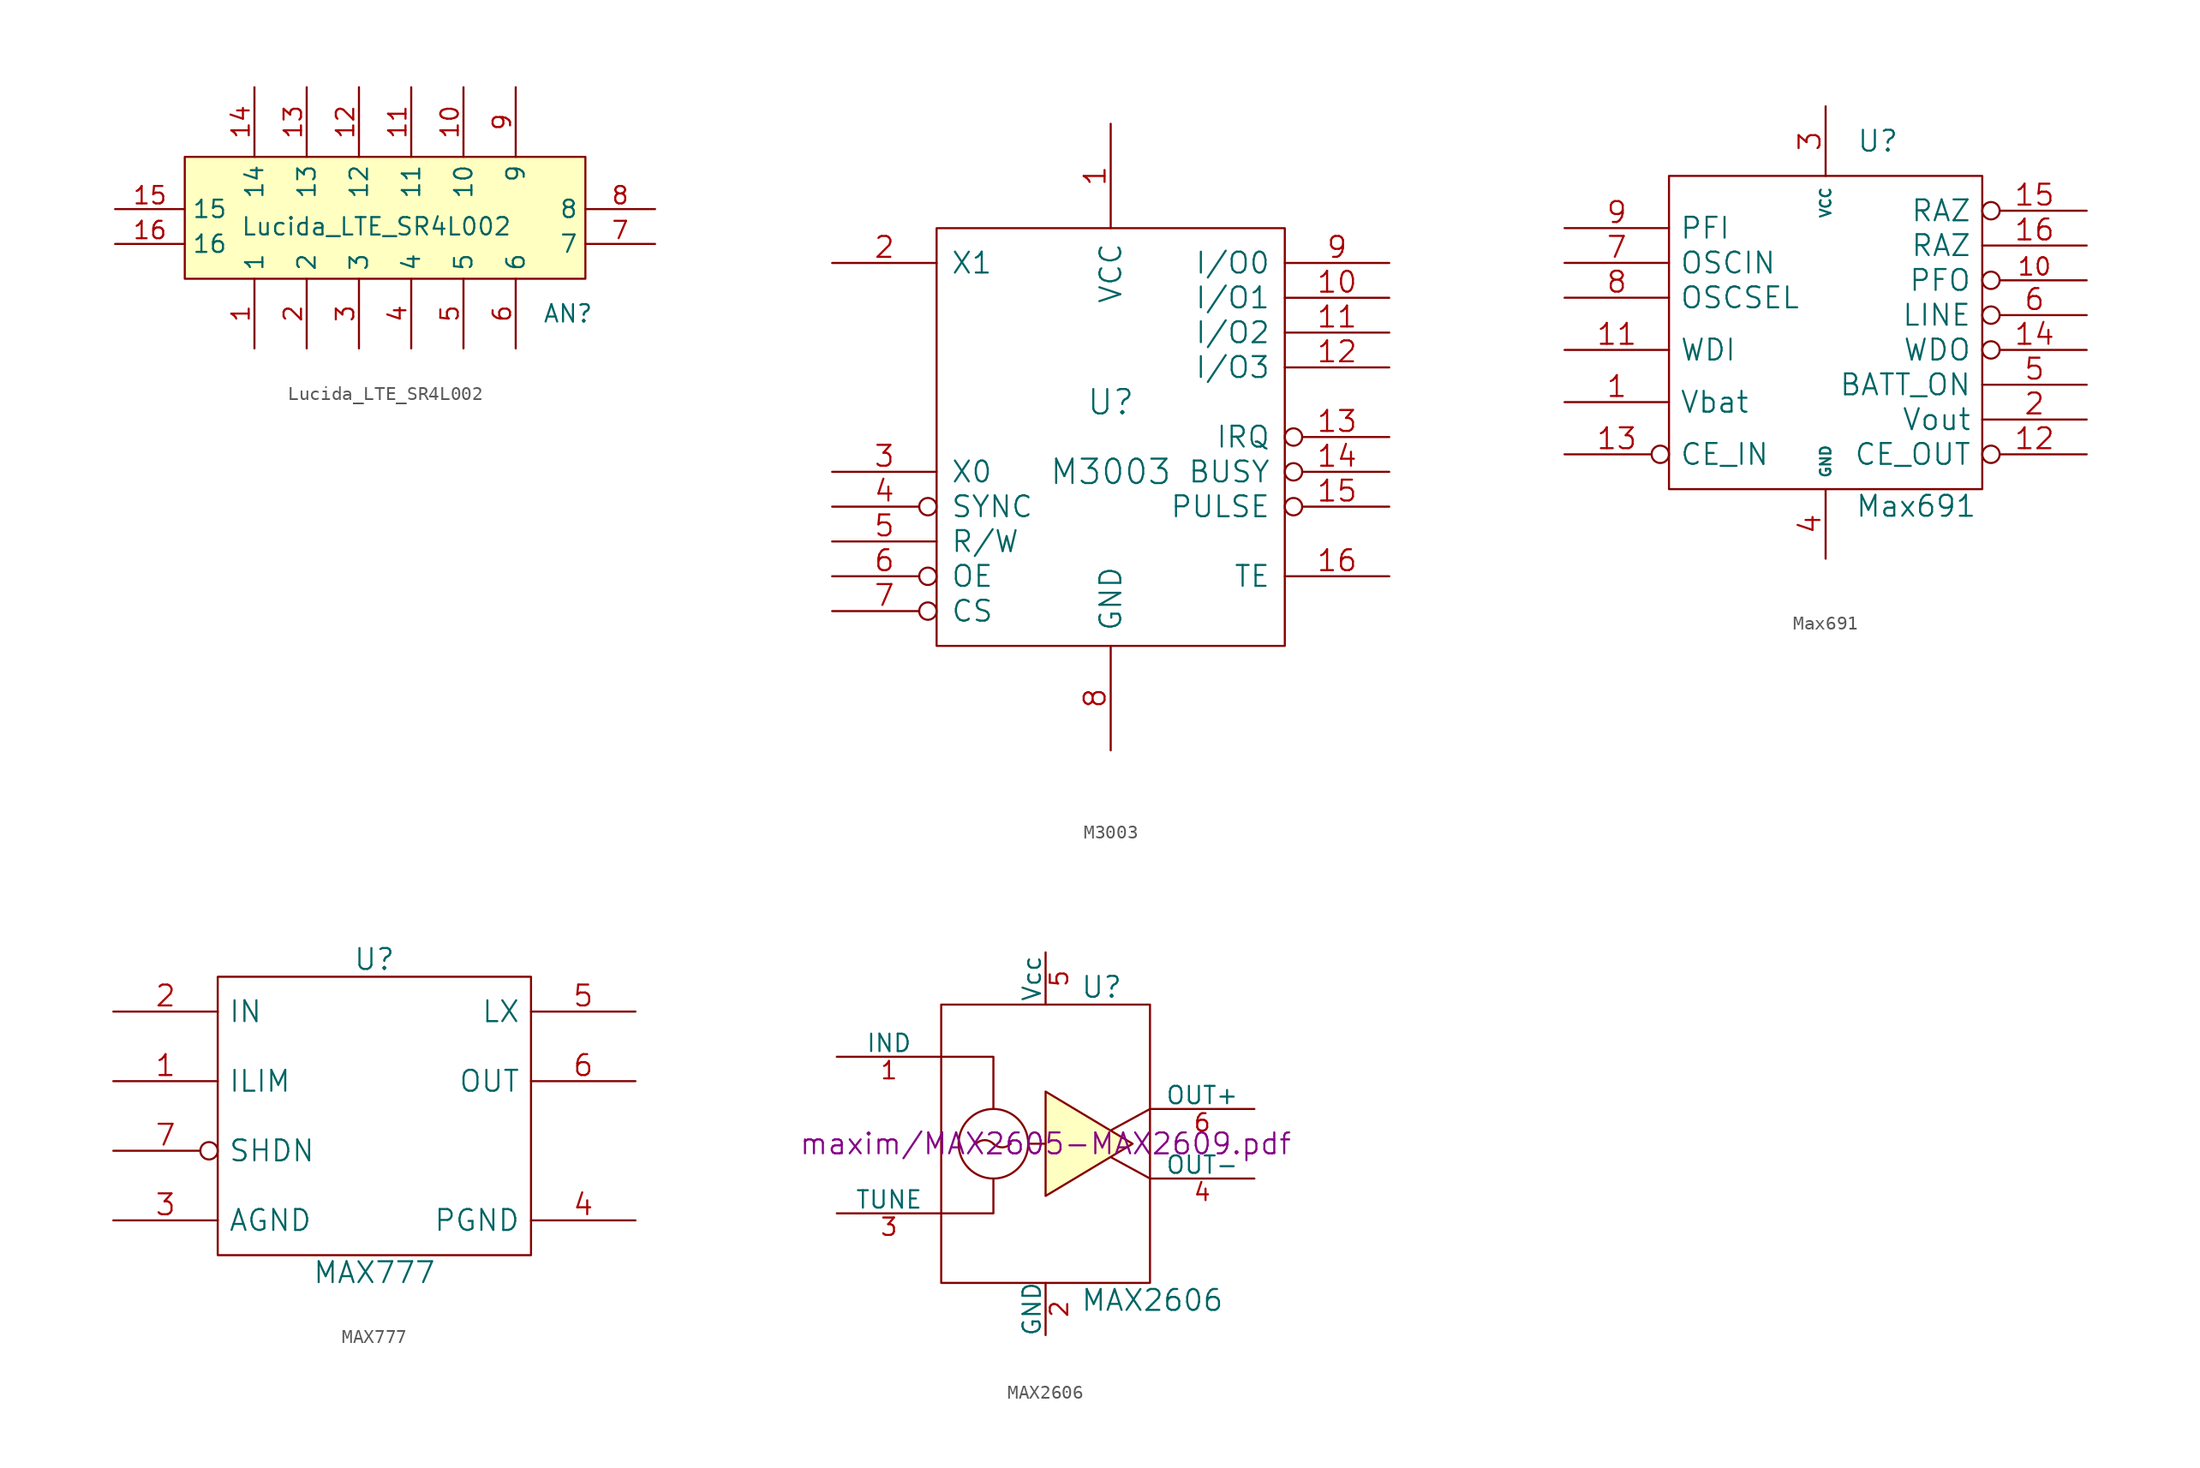
<source format=kicad_sym>
(kicad_symbol_lib
  (version 20211014)
  (generator kicad_symbol_editor)
  (symbol "Lucida_LTE_SR4L002"
    (property "Reference" "AN"
      (at 12.7 -6.35 0)
      (effects (font (size 1.27 1.27))))
    (property "Value" "Lucida_LTE_SR4L002"
      (at -1.27 0 0)
      (effects (font (size 1.27 1.27))))
    (symbol "Lucida_LTE_SR4L002_0_0"
      (pin unspecified line (at -10.16 -8.89 90) (length 5.08) (name "1" (effects (font (size 1.27 1.27)))) (number "1" (effects (font (size 1.27 1.27)))))
      (pin unspecified line (at 5.08 10.16 270) (length 5.08) (name "10" (effects (font (size 1.27 1.27)))) (number "10" (effects (font (size 1.27 1.27)))))
      (pin unspecified line (at 1.27 10.16 270) (length 5.08) (name "11" (effects (font (size 1.27 1.27)))) (number "11" (effects (font (size 1.27 1.27)))))
      (pin unspecified line (at -2.54 10.16 270) (length 5.08) (name "12" (effects (font (size 1.27 1.27)))) (number "12" (effects (font (size 1.27 1.27)))))
      (pin unspecified line (at -6.35 10.16 270) (length 5.08) (name "13" (effects (font (size 1.27 1.27)))) (number "13" (effects (font (size 1.27 1.27)))))
      (pin unspecified line (at -10.16 10.16 270) (length 5.08) (name "14" (effects (font (size 1.27 1.27)))) (number "14" (effects (font (size 1.27 1.27)))))
      (pin unspecified line (at -20.32 1.27 0) (length 5.08) (name "15" (effects (font (size 1.27 1.27)))) (number "15" (effects (font (size 1.27 1.27)))))
      (pin unspecified line (at -20.32 -1.27 0) (length 5.08) (name "16" (effects (font (size 1.27 1.27)))) (number "16" (effects (font (size 1.27 1.27)))))
      (pin unspecified line (at -6.35 -8.89 90) (length 5.08) (name "2" (effects (font (size 1.27 1.27)))) (number "2" (effects (font (size 1.27 1.27)))))
      (pin input line (at -2.54 -8.89 90) (length 5.08) (name "3" (effects (font (size 1.27 1.27)))) (number "3" (effects (font (size 1.27 1.27)))))
      (pin power_in line (at 1.27 -8.89 90) (length 5.08) (name "4" (effects (font (size 1.27 1.27)))) (number "4" (effects (font (size 1.27 1.27)))))
      (pin unspecified line (at 5.08 -8.89 90) (length 5.08) (name "5" (effects (font (size 1.27 1.27)))) (number "5" (effects (font (size 1.27 1.27)))))
      (pin unspecified line (at 8.89 -8.89 90) (length 5.08) (name "6" (effects (font (size 1.27 1.27)))) (number "6" (effects (font (size 1.27 1.27)))))
      (pin unspecified line (at 19.05 -1.27 180) (length 5.08) (name "7" (effects (font (size 1.27 1.27)))) (number "7" (effects (font (size 1.27 1.27)))))
      (pin unspecified line (at 19.05 1.27 180) (length 5.08) (name "8" (effects (font (size 1.27 1.27)))) (number "8" (effects (font (size 1.27 1.27)))))
      (pin unspecified line (at 8.89 10.16 270) (length 5.08) (name "9" (effects (font (size 1.27 1.27)))) (number "9" (effects (font (size 1.27 1.27))))))
    (symbol "Lucida_LTE_SR4L002_0_1"
      (rectangle (start -15.24 5.08) (end 13.97 -3.81) (stroke (width 0.152) (type default) (color 0 0 0 0)) (fill (type background)))))
  (symbol "M3003"
    (pin_names
      (offset 1.016))
    (property "Reference" "U"
      (at 0 2.54 0)
      (effects (font (size 1.778 1.778))))
    (property "Value" "M3003"
      (at 0 -2.54 0)
      (effects (font (size 1.778 1.778))))
    (property "Footprint" ""
      (at 0 0 0)
      (effects (font (size 1.524 1.524))))
    (property "Datasheet" ""
      (at 0 0 0)
      (effects (font (size 1.524 1.524))))
    (symbol "M3003_0_1"
      (rectangle (start -12.7 -15.24) (end 12.7 15.24) (stroke (width 0) (type default) (color 0 0 0 0)) (fill (type none))))
    (symbol "M3003_1_1"
      (pin input line (at 0 22.86 270) (length 7.62) (name "VCC" (effects (font (size 1.524 1.524)))) (number "1" (effects (font (size 1.524 1.524)))))
      (pin input line (at 20.32 10.16 180) (length 7.62) (name "I/O1" (effects (font (size 1.524 1.524)))) (number "10" (effects (font (size 1.524 1.524)))))
      (pin input line (at 20.32 7.62 180) (length 7.62) (name "I/O2" (effects (font (size 1.524 1.524)))) (number "11" (effects (font (size 1.524 1.524)))))
      (pin input line (at 20.32 5.08 180) (length 7.62) (name "I/O3" (effects (font (size 1.524 1.524)))) (number "12" (effects (font (size 1.524 1.524)))))
      (pin output inverted (at 20.32 0 180) (length 7.62) (name "IRQ" (effects (font (size 1.524 1.524)))) (number "13" (effects (font (size 1.524 1.524)))))
      (pin output inverted (at 20.32 -2.54 180) (length 7.62) (name "BUSY" (effects (font (size 1.524 1.524)))) (number "14" (effects (font (size 1.524 1.524)))))
      (pin output inverted (at 20.32 -5.08 180) (length 7.62) (name "PULSE" (effects (font (size 1.524 1.524)))) (number "15" (effects (font (size 1.524 1.524)))))
      (pin output line (at 20.32 -10.16 180) (length 7.62) (name "TE" (effects (font (size 1.524 1.524)))) (number "16" (effects (font (size 1.524 1.524)))))
      (pin passive line (at -20.32 12.7 0) (length 7.62) (name "X1" (effects (font (size 1.524 1.524)))) (number "2" (effects (font (size 1.524 1.524)))))
      (pin passive line (at -20.32 -2.54 0) (length 7.62) (name "X0" (effects (font (size 1.524 1.524)))) (number "3" (effects (font (size 1.524 1.524)))))
      (pin input inverted (at -20.32 -5.08 0) (length 7.62) (name "SYNC" (effects (font (size 1.524 1.524)))) (number "4" (effects (font (size 1.524 1.524)))))
      (pin input line (at -20.32 -7.62 0) (length 7.62) (name "R/W" (effects (font (size 1.524 1.524)))) (number "5" (effects (font (size 1.524 1.524)))))
      (pin input inverted (at -20.32 -10.16 0) (length 7.62) (name "OE" (effects (font (size 1.524 1.524)))) (number "6" (effects (font (size 1.524 1.524)))))
      (pin input inverted (at -20.32 -12.7 0) (length 7.62) (name "CS" (effects (font (size 1.524 1.524)))) (number "7" (effects (font (size 1.524 1.524)))))
      (pin input line (at 0 -22.86 90) (length 7.62) (name "GND" (effects (font (size 1.524 1.524)))) (number "8" (effects (font (size 1.524 1.524)))))
      (pin input line (at 20.32 12.7 180) (length 7.62) (name "I/O0" (effects (font (size 1.524 1.524)))) (number "9" (effects (font (size 1.524 1.524)))))))
  (symbol "Max691"
    (pin_names
      (offset 0.762))
    (property "Reference" "U"
      (at 3.81 12.7 0)
      (effects (font (size 1.524 1.524))))
    (property "Value" "Max691"
      (at 6.604 -13.945 0)
      (effects (font (size 1.524 1.524))))
    (property "Footprint" ""
      (at 0 0 0)
      (effects (font (size 1.524 1.524))))
    (property "Datasheet" ""
      (at 0 0 0)
      (effects (font (size 1.524 1.524))))
    (symbol "Max691_0_1"
      (rectangle (start 11.43 10.16) (end -11.43 -12.7) (stroke (width 0) (type default) (color 0 0 0 0)) (fill (type none))))
    (symbol "Max691_1_1"
      (pin input line (at -19.05 -6.35 0) (length 7.62) (name "Vbat" (effects (font (size 1.524 1.524)))) (number "1" (effects (font (size 1.524 1.524)))))
      (pin output inverted (at 19.05 2.54 180) (length 7.62) (name "PFO" (effects (font (size 1.524 1.524)))) (number "10" (effects (font (size 1.27 1.27)))))
      (pin input line (at -19.05 -2.54 0) (length 7.62) (name "WDI" (effects (font (size 1.524 1.524)))) (number "11" (effects (font (size 1.524 1.524)))))
      (pin output inverted (at 19.05 -10.16 180) (length 7.62) (name "CE_OUT" (effects (font (size 1.524 1.524)))) (number "12" (effects (font (size 1.524 1.524)))))
      (pin input inverted (at -19.05 -10.16 0) (length 7.62) (name "CE_IN" (effects (font (size 1.524 1.524)))) (number "13" (effects (font (size 1.524 1.524)))))
      (pin output inverted (at 19.05 -2.54 180) (length 7.62) (name "WDO" (effects (font (size 1.524 1.524)))) (number "14" (effects (font (size 1.524 1.524)))))
      (pin output inverted (at 19.05 7.62 180) (length 7.62) (name "RAZ" (effects (font (size 1.524 1.524)))) (number "15" (effects (font (size 1.524 1.524)))))
      (pin output line (at 19.05 5.08 180) (length 7.62) (name "RAZ" (effects (font (size 1.524 1.524)))) (number "16" (effects (font (size 1.524 1.524)))))
      (pin output line (at 19.05 -7.62 180) (length 7.62) (name "Vout" (effects (font (size 1.524 1.524)))) (number "2" (effects (font (size 1.524 1.524)))))
      (pin power_in line (at 0 15.24 270) (length 5.08) (name "VCC" (effects (font (size 0.762 0.762)))) (number "3" (effects (font (size 1.524 1.524)))))
      (pin power_in line (at 0 -17.78 90) (length 5.08) (name "GND" (effects (font (size 0.762 0.762)))) (number "4" (effects (font (size 1.524 1.524)))))
      (pin output line (at 19.05 -5.08 180) (length 7.62) (name "BATT_ON" (effects (font (size 1.524 1.524)))) (number "5" (effects (font (size 1.524 1.524)))))
      (pin output inverted (at 19.05 0 180) (length 7.62) (name "LINE" (effects (font (size 1.524 1.524)))) (number "6" (effects (font (size 1.524 1.524)))))
      (pin input line (at -19.05 3.81 0) (length 7.62) (name "OSCIN" (effects (font (size 1.524 1.524)))) (number "7" (effects (font (size 1.524 1.524)))))
      (pin input line (at -19.05 1.27 0) (length 7.62) (name "OSCSEL" (effects (font (size 1.524 1.524)))) (number "8" (effects (font (size 1.524 1.524)))))
      (pin input line (at -19.05 6.35 0) (length 7.62) (name "PFI" (effects (font (size 1.524 1.524)))) (number "9" (effects (font (size 1.524 1.524)))))))
  (symbol "MAX777"
    (pin_names
      (offset 0.762))
    (property "Reference" "U"
      (at 0 11.43 0)
      (effects (font (size 1.524 1.524))))
    (property "Value" "MAX777"
      (at 0 -11.43 0)
      (effects (font (size 1.524 1.524))))
    (property "Footprint" ""
      (at 0 0 0)
      (effects (font (size 1.524 1.524))))
    (property "Datasheet" ""
      (at 0 0 0)
      (effects (font (size 1.524 1.524))))
    (symbol "MAX777_0_1"
      (rectangle (start -11.43 -10.16) (end 11.43 10.16) (stroke (width 0) (type default) (color 0 0 0 0)) (fill (type none))))
    (symbol "MAX777_1_1"
      (pin input line (at -19.05 2.54 0) (length 7.62) (name "ILIM" (effects (font (size 1.524 1.524)))) (number "1" (effects (font (size 1.524 1.524)))))
      (pin input line (at -19.05 7.62 0) (length 7.62) (name "IN" (effects (font (size 1.524 1.524)))) (number "2" (effects (font (size 1.524 1.524)))))
      (pin passive line (at -19.05 -7.62 0) (length 7.62) (name "AGND" (effects (font (size 1.524 1.524)))) (number "3" (effects (font (size 1.524 1.524)))))
      (pin passive line (at 19.05 -7.62 180) (length 7.62) (name "PGND" (effects (font (size 1.524 1.524)))) (number "4" (effects (font (size 1.524 1.524)))))
      (pin passive line (at 19.05 7.62 180) (length 7.62) (name "LX" (effects (font (size 1.524 1.524)))) (number "5" (effects (font (size 1.524 1.524)))))
      (pin output line (at 19.05 2.54 180) (length 7.62) (name "OUT" (effects (font (size 1.524 1.524)))) (number "6" (effects (font (size 1.524 1.524)))))
      (pin input inverted (at -19.05 -2.54 0) (length 7.62) (name "SHDN" (effects (font (size 1.524 1.524)))) (number "7" (effects (font (size 1.524 1.524)))))))
  (symbol "MAX2606"
    (pin_names
      (offset 0))
    (property "Reference" "U"
      (at 2.54 11.43 0)
      (effects (font (size 1.524 1.524)) (justify left)))
    (property "Value" "MAX2606"
      (at 2.54 -11.43 0)
      (effects (font (size 1.524 1.524)) (justify left)))
    (property "Footprint" ""
      (at 0 0 0)
      (effects (font (size 1.524 1.524))))
    (property "Datasheet" "maxim/MAX2605-MAX2609.pdf"
      (at 0 0 0)
      (effects (font (size 1.524 1.524))))
    (symbol "MAX2606_0_0"
      (arc (start -3.81 0) (mid -4.445 0.263) (end -5.08 0) (stroke (width 0) (type default) (color 0 0 0 0)) (fill (type none)))
      (arc (start -3.81 0) (mid -3.175 -0.263) (end -2.54 0) (stroke (width 0) (type default) (color 0 0 0 0)) (fill (type none)))
      (circle (center -3.81 0) (radius 2.54) (stroke (width 0) (type default) (color 0 0 0 0)) (fill (type none)))
      (polyline (pts (xy -1.27 0) (xy 0 0) (xy 0 0)) (stroke (width 0) (type default) (color 0 0 0 0)) (fill (type none)))
      (polyline (pts (xy 7.62 -2.54) (xy 4.826 -1.016) (xy 4.826 -1.016)) (stroke (width 0) (type default) (color 0 0 0 0)) (fill (type none)))
      (polyline (pts (xy 7.62 2.54) (xy 4.826 1.016) (xy 4.826 1.016)) (stroke (width 0) (type default) (color 0 0 0 0)) (fill (type none)))
      (polyline (pts (xy -7.62 -5.08) (xy -3.81 -5.08) (xy -3.81 -2.54) (xy -3.81 -2.54)) (stroke (width 0) (type default) (color 0 0 0 0)) (fill (type none)))
      (polyline (pts (xy -7.62 6.35) (xy -3.81 6.35) (xy -3.81 2.54) (xy -3.81 2.54) (xy -3.81 2.54)) (stroke (width 0) (type default) (color 0 0 0 0)) (fill (type none)))
      (polyline (pts (xy 6.35 0) (xy 0 3.81) (xy 0 -3.81) (xy 6.35 0) (xy 6.35 0)) (stroke (width 0) (type default) (color 0 0 0 0)) (fill (type background))))
    (symbol "MAX2606_0_1"
      (rectangle (start -7.62 10.16) (end 7.62 -10.16) (stroke (width 0) (type default) (color 0 0 0 0)) (fill (type none))))
    (symbol "MAX2606_1_1"
      (pin input line (at -15.24 6.35 0) (length 7.62) (name "IND" (effects (font (size 1.27 1.27)))) (number "1" (effects (font (size 1.27 1.27)))))
      (pin power_in line (at 0 -13.97 90) (length 3.81) (name "GND" (effects (font (size 1.27 1.27)))) (number "2" (effects (font (size 1.27 1.27)))))
      (pin input line (at -15.24 -5.08 0) (length 7.62) (name "TUNE" (effects (font (size 1.27 1.27)))) (number "3" (effects (font (size 1.27 1.27)))))
      (pin output line (at 15.24 -2.54 180) (length 7.62) (name "OUT-" (effects (font (size 1.27 1.27)))) (number "4" (effects (font (size 1.27 1.27)))))
      (pin power_in line (at 0 13.97 270) (length 3.81) (name "Vcc" (effects (font (size 1.27 1.27)))) (number "5" (effects (font (size 1.27 1.27)))))
      (pin output line (at 15.24 2.54 180) (length 7.62) (name "OUT+" (effects (font (size 1.27 1.27)))) (number "6" (effects (font (size 1.27 1.27))))))))
</source>
